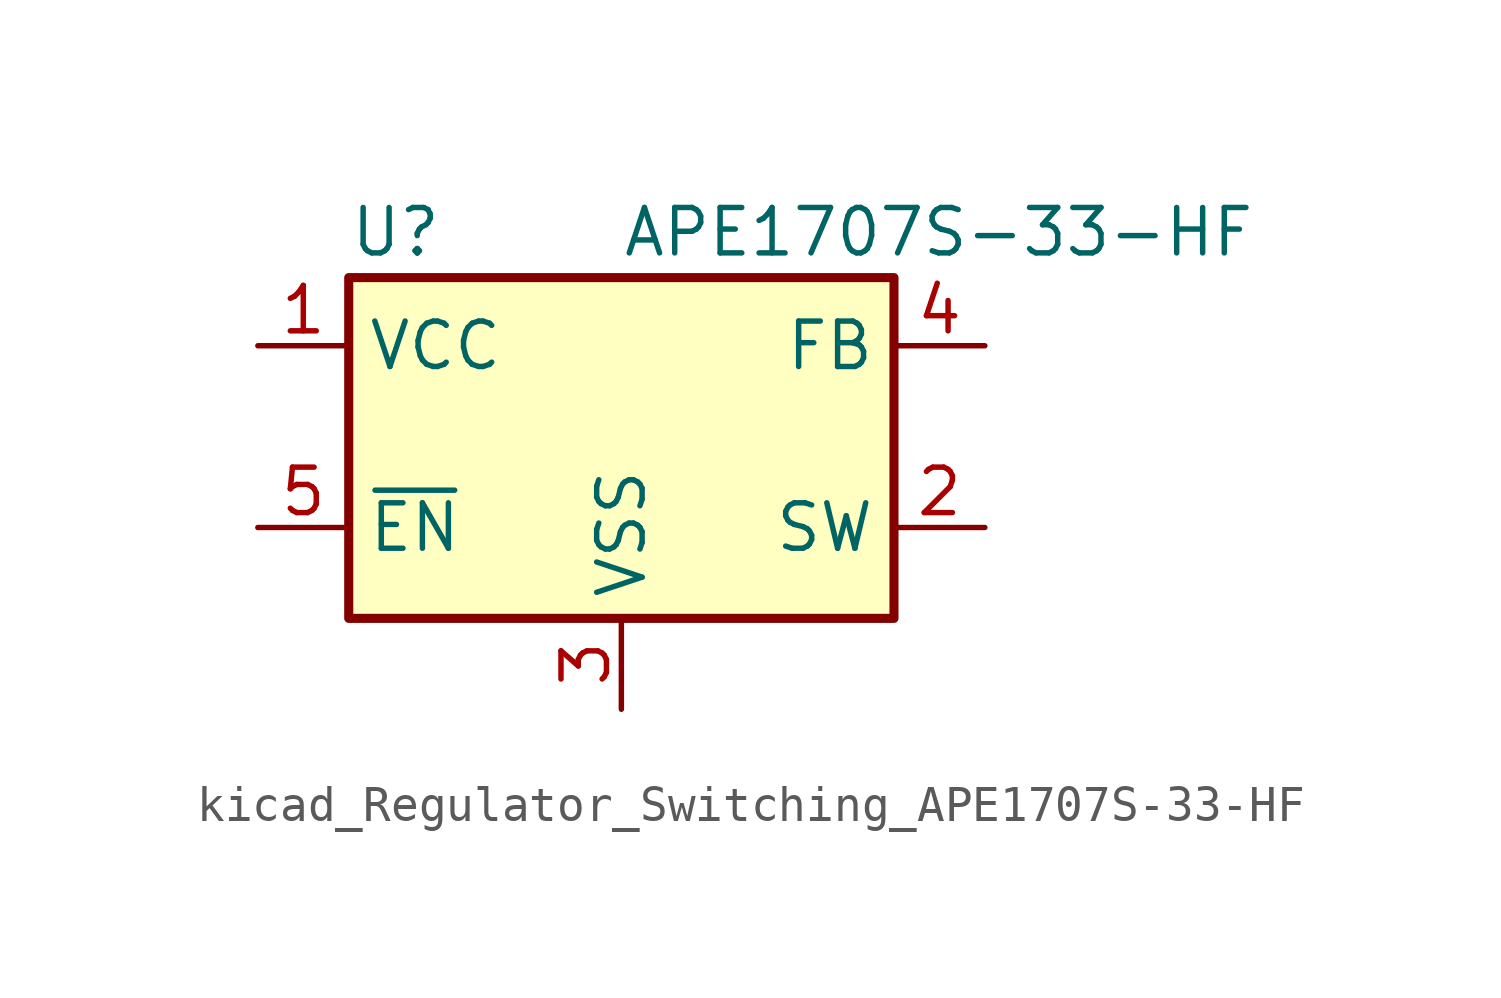
<source format=kicad_sym>
(kicad_symbol_lib
  (version 20220914)
  (generator kicad_symbol_editor)
  (symbol "kicad_Regulator_Switching_APE1707S-33-HF"
    (property "Reference" "U"
      (at -7.62 5.715 0)
      (effects (font (size 1.27 1.27)) (justify left)))
    (property "Value" "APE1707S-33-HF"
      (at 0 5.715 0)
      (effects (font (size 1.27 1.27)) (justify left)))
    (symbol "kicad_Regulator_Switching_APE1707S-33-HF_0_1"
      (rectangle (start -7.62 4.445) (end 7.62 -5.08) (stroke (width 0.254) (type default)) (fill (type background))))
    (symbol "kicad_Regulator_Switching_APE1707S-33-HF_1_1"
      (pin power_in line (at -10.16 2.54 0) (length 2.54) (name "VCC" (effects (font (size 1.27 1.27)))) (number "1" (effects (font (size 1.27 1.27)))))
      (pin output line (at 10.16 -2.54 180) (length 2.54) (name "SW" (effects (font (size 1.27 1.27)))) (number "2" (effects (font (size 1.27 1.27)))))
      (pin power_in line (at 0 -7.62 90) (length 2.54) (name "VSS" (effects (font (size 1.27 1.27)))) (number "3" (effects (font (size 1.27 1.27)))))
      (pin input line (at 10.16 2.54 180) (length 2.54) (name "FB" (effects (font (size 1.27 1.27)))) (number "4" (effects (font (size 1.27 1.27)))))
      (pin input line (at -10.16 -2.54 0) (length 2.54) (name "~{EN}" (effects (font (size 1.27 1.27)))) (number "5" (effects (font (size 1.27 1.27))))))))
</source>
